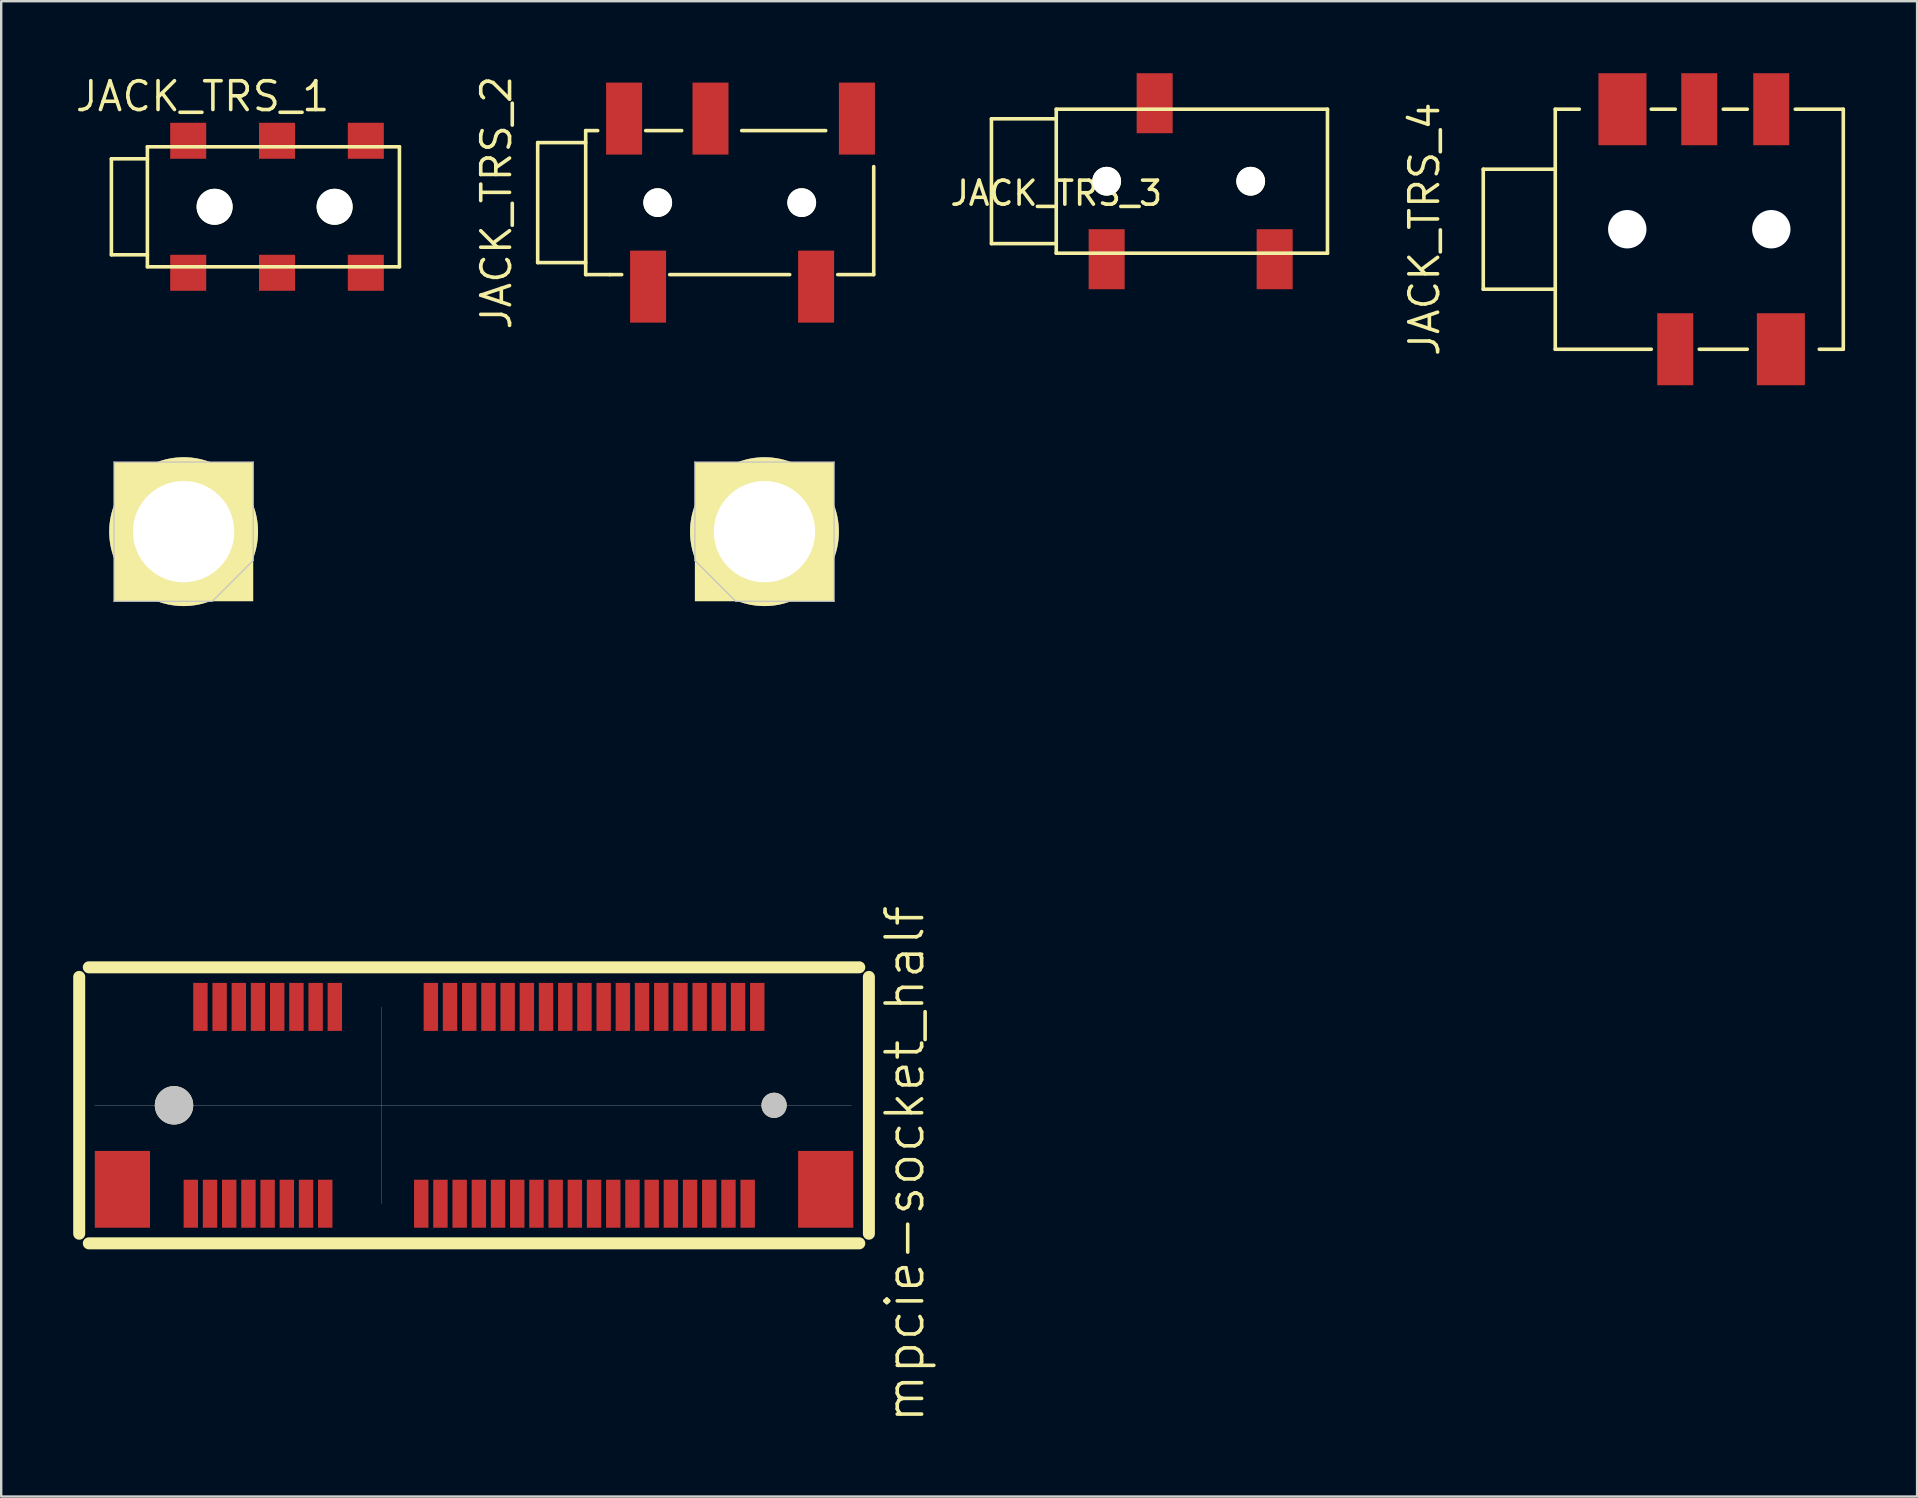
<source format=kicad_pcb>
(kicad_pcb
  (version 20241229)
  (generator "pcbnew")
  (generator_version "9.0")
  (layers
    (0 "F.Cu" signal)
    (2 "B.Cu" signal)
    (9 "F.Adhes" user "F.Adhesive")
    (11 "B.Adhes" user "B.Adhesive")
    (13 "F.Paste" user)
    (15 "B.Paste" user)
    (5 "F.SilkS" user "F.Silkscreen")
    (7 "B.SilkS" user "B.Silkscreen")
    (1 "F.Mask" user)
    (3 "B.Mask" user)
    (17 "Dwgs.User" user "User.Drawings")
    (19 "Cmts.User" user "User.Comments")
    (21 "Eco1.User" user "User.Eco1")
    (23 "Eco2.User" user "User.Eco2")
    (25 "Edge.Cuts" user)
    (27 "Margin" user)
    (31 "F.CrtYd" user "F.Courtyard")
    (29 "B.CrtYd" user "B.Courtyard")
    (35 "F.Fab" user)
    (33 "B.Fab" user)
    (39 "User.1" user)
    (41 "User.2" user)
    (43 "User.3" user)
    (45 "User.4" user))
  (footprint "JACK_TRS_4"
    (layer "F.Cu")
    (at 61.746 6.5)
    (property "Reference" "JACK_TRS_4" (at -5.45 0 90) (layer "F.SilkS") (effects (font (size 1.2 1.2) (thickness 0.15))))
    (attr through_hole)
    (fp_line (start -3 -2.5) (end -3 2.5) (stroke (width 0.15) (type solid)) (layer "F.SilkS"))
    (fp_line (start -3 2.5) (end 0 2.5) (stroke (width 0.15) (type solid)) (layer "F.SilkS"))
    (fp_line (start 0 -5) (end 0 5) (stroke (width 0.15) (type solid)) (layer "F.SilkS"))
    (fp_line (start 0 -2.5) (end -3 -2.5) (stroke (width 0.15) (type solid)) (layer "F.SilkS"))
    (fp_line (start 0 5) (end 4 5) (stroke (width 0.15) (type solid)) (layer "F.SilkS"))
    (fp_line (start 1 -5) (end 0 -5) (stroke (width 0.15) (type solid)) (layer "F.SilkS"))
    (fp_line (start 4 -5) (end 5 -5) (stroke (width 0.15) (type solid)) (layer "F.SilkS"))
    (fp_line (start 6 5) (end 8 5) (stroke (width 0.15) (type solid)) (layer "F.SilkS"))
    (fp_line (start 7 -5) (end 8 -5) (stroke (width 0.15) (type solid)) (layer "F.SilkS"))
    (fp_line (start 11 5) (end 12 5) (stroke (width 0.15) (type solid)) (layer "F.SilkS"))
    (fp_line (start 12 -5) (end 10 -5) (stroke (width 0.15) (type solid)) (layer "F.SilkS"))
    (fp_line (start 12 5) (end 12 -5) (stroke (width 0.15) (type solid)) (layer "F.SilkS"))
    (pad "" np_thru_hole circle (at 3 0) (size 1.6 1.6) (drill 1.6) (layers "*.Cu" "*.Mask"))
    (pad "" np_thru_hole circle (at 9 0) (size 1.6 1.6) (drill 1.6) (layers "*.Cu" "*.Mask"))
    (pad "1" smd rect (at 2.8 -5) (size 2 3) (layers "F.Cu" "F.Mask" "F.Paste"))
    (pad "2" smd rect (at 9.4 5) (size 2 3) (layers "F.Cu" "F.Mask" "F.Paste"))
    (pad "3" smd rect (at 9 -5) (size 1.5 3) (layers "F.Cu" "F.Mask" "F.Paste"))
    (pad "4" smd rect (at 5 5) (size 1.5 3) (layers "F.Cu" "F.Mask" "F.Paste"))
    (pad "5" smd rect (at 6 -5) (size 1.5 3) (layers "F.Cu" "F.Mask" "F.Paste")))
  (footprint "JACK_TRS_3"
    (layer "F.Cu")
    (at 40.956 4.5)
    (property "Reference" "JACK_TRS_3" (at 0 0.5 0) (layer "F.SilkS") (effects (font (size 1 1) (thickness 0.15))))
    (attr through_hole)
    (fp_line (start -2.7 -2.6) (end -2.7 2.6) (stroke (width 0.15) (type solid)) (layer "F.SilkS"))
    (fp_line (start -2.7 2.6) (end 0 2.6) (stroke (width 0.15) (type solid)) (layer "F.SilkS"))
    (fp_line (start 0 -3) (end 11.3 -3) (stroke (width 0.15) (type solid)) (layer "F.SilkS"))
    (fp_line (start 0 -2.6) (end -2.7 -2.6) (stroke (width 0.15) (type solid)) (layer "F.SilkS"))
    (fp_line (start 0 3) (end 0 -3) (stroke (width 0.15) (type solid)) (layer "F.SilkS"))
    (fp_line (start 11.3 -3) (end 11.3 3) (stroke (width 0.15) (type solid)) (layer "F.SilkS"))
    (fp_line (start 11.3 3) (end 0 3) (stroke (width 0.15) (type solid)) (layer "F.SilkS"))
    (pad "" np_thru_hole circle (at 2.1 0) (size 1.2 1.2) (drill 1.2) (layers "*.Cu" "*.Mask" "F.SilkS"))
    (pad "" np_thru_hole circle (at 8.1 0) (size 1.2 1.2) (drill 1.2) (layers "*.Cu" "*.Mask" "F.SilkS"))
    (pad "1" smd rect (at 2.1 3.25) (size 1.5 2.5) (layers "F.Cu" "F.Mask" "F.Paste"))
    (pad "2" smd rect (at 4.1 -3.25) (size 1.5 2.5) (layers "F.Cu" "F.Mask" "F.Paste"))
    (pad "3" smd rect (at 9.1 3.25) (size 1.5 2.5) (layers "F.Cu" "F.Mask" "F.Paste")))
  (footprint "mpcie-socket_half"
    (layer "F.Cu")
    (at 4.2 43)
    (property "Reference" "mpcie-socket_half" (at 30.45 2.45 90) (layer "F.SilkS") (effects (font (size 1.524 1.524) (thickness 0.15))))
    (attr through_hole)
    (fp_line (start -3.95 -5.35) (end -3.95 5.35) (stroke (width 0.5) (type solid)) (layer "F.SilkS"))
    (fp_line (start -3.55 5.75) (end 28.55 5.75) (stroke (width 0.5) (type solid)) (layer "F.SilkS"))
    (fp_line (start 28.55 -5.75) (end -3.55 -5.75) (stroke (width 0.5) (type solid)) (layer "F.SilkS"))
    (fp_line (start 28.95 5.35) (end 28.95 -5.35) (stroke (width 0.5) (type solid)) (layer "F.SilkS"))
    (fp_line (start -3.3 0) (end 28.225 0) (stroke (width 0.01) (type solid)) (layer "Dwgs.User"))
    (fp_line (start -2.5 -26.8) (end -2.5 -21) (stroke (width 0.05) (type solid)) (layer "Dwgs.User"))
    (fp_line (start -2.5 -21) (end 1.6 -21) (stroke (width 0.05) (type solid)) (layer "Dwgs.User"))
    (fp_line (start 3.3 -26.8) (end -2.5 -26.8) (stroke (width 0.05) (type solid)) (layer "Dwgs.User"))
    (fp_line (start 3.3 -22.7) (end 1.6 -21) (stroke (width 0.05) (type solid)) (layer "Dwgs.User"))
    (fp_line (start 3.3 -22.7) (end 3.3 -26.8) (stroke (width 0.05) (type solid)) (layer "Dwgs.User"))
    (fp_line (start 8.65 4.1) (end 8.65 -4.1) (stroke (width 0.01) (type solid)) (layer "Dwgs.User"))
    (fp_line (start 21.7 -26.8) (end 27.5 -26.8) (stroke (width 0.05) (type solid)) (layer "Dwgs.User"))
    (fp_line (start 21.7 -22.7) (end 21.7 -26.8) (stroke (width 0.05) (type solid)) (layer "Dwgs.User"))
    (fp_line (start 21.7 -22.7) (end 23.4 -21) (stroke (width 0.05) (type solid)) (layer "Dwgs.User"))
    (fp_line (start 27.5 -26.8) (end 27.5 -21) (stroke (width 0.05) (type solid)) (layer "Dwgs.User"))
    (fp_line (start 27.5 -21) (end 23.4 -21) (stroke (width 0.05) (type solid)) (layer "Dwgs.User"))
    (pad "" smd rect (at -2.15 3.5) (size 2.3 3.2) (layers "F.Cu" "F.Mask" "F.Paste"))
    (pad "" connect circle (at 0 0) (size 1.6 1.6) (layers "F.SilkS" "Dwgs.User"))
    (pad "" connect rect (at 0.4 -23.9) (size 5.8 5.8) (layers "F.SilkS"))
    (pad "" thru_hole circle (at 0.4 -23.9) (size 6.2 6.2) (drill 4.22) (layers "*.Cu" "*.Mask" "F.SilkS"))
    (pad "" connect rect (at 24.6 -23.9) (size 5.8 5.8) (layers "F.SilkS"))
    (pad "" thru_hole circle (at 24.6 -23.9) (size 6.2 6.2) (drill 4.22) (layers "*.Cu" "*.Mask" "F.SilkS"))
    (pad "" connect circle (at 25 0) (size 1.05 1.05) (layers "F.SilkS" "Dwgs.User"))
    (pad "" smd rect (at 27.15 3.5) (size 2.3 3.2) (layers "F.Cu" "F.Mask" "F.Paste"))
    (pad "1" smd rect (at 0.7 4.1) (size 0.6 2) (layers "F.Cu" "F.Mask" "F.Paste"))
    (pad "2" smd rect (at 1.1 -4.1) (size 0.6 2) (layers "F.Cu" "F.Mask" "F.Paste"))
    (pad "3" smd rect (at 1.5 4.1) (size 0.6 2) (layers "F.Cu" "F.Mask" "F.Paste"))
    (pad "4" smd rect (at 1.9 -4.1) (size 0.6 2) (layers "F.Cu" "F.Mask" "F.Paste"))
    (pad "5" smd rect (at 2.3 4.1) (size 0.6 2) (layers "F.Cu" "F.Mask" "F.Paste"))
    (pad "6" smd rect (at 2.7 -4.1) (size 0.6 2) (layers "F.Cu" "F.Mask" "F.Paste"))
    (pad "7" smd rect (at 3.1 4.1) (size 0.6 2) (layers "F.Cu" "F.Mask" "F.Paste"))
    (pad "8" smd rect (at 3.5 -4.1) (size 0.6 2) (layers "F.Cu" "F.Mask" "F.Paste"))
    (pad "9" smd rect (at 3.9 4.1) (size 0.6 2) (layers "F.Cu" "F.Mask" "F.Paste"))
    (pad "10" smd rect (at 4.3 -4.1) (size 0.6 2) (layers "F.Cu" "F.Mask" "F.Paste"))
    (pad "11" smd rect (at 4.7 4.1) (size 0.6 2) (layers "F.Cu" "F.Mask" "F.Paste"))
    (pad "12" smd rect (at 5.1 -4.1) (size 0.6 2) (layers "F.Cu" "F.Mask" "F.Paste"))
    (pad "13" smd rect (at 5.5 4.1) (size 0.6 2) (layers "F.Cu" "F.Mask" "F.Paste"))
    (pad "14" smd rect (at 5.9 -4.1) (size 0.6 2) (layers "F.Cu" "F.Mask" "F.Paste"))
    (pad "15" smd rect (at 6.3 4.1) (size 0.6 2) (layers "F.Cu" "F.Mask" "F.Paste"))
    (pad "16" smd rect (at 6.7 -4.1) (size 0.6 2) (layers "F.Cu" "F.Mask" "F.Paste"))
    (pad "17" smd rect (at 10.3 4.1) (size 0.6 2) (layers "F.Cu" "F.Mask" "F.Paste"))
    (pad "18" smd rect (at 10.7 -4.1) (size 0.6 2) (layers "F.Cu" "F.Mask" "F.Paste"))
    (pad "19" smd rect (at 11.1 4.1) (size 0.6 2) (layers "F.Cu" "F.Mask" "F.Paste"))
    (pad "20" smd rect (at 11.5 -4.1) (size 0.6 2) (layers "F.Cu" "F.Mask" "F.Paste"))
    (pad "21" smd rect (at 11.9 4.1) (size 0.6 2) (layers "F.Cu" "F.Mask" "F.Paste"))
    (pad "22" smd rect (at 12.3 -4.1) (size 0.6 2) (layers "F.Cu" "F.Mask" "F.Paste"))
    (pad "23" smd rect (at 12.7 4.1) (size 0.6 2) (layers "F.Cu" "F.Mask" "F.Paste"))
    (pad "24" smd rect (at 13.1 -4.1) (size 0.6 2) (layers "F.Cu" "F.Mask" "F.Paste"))
    (pad "25" smd rect (at 13.5 4.1) (size 0.6 2) (layers "F.Cu" "F.Mask" "F.Paste"))
    (pad "26" smd rect (at 13.9 -4.1) (size 0.6 2) (layers "F.Cu" "F.Mask" "F.Paste"))
    (pad "27" smd rect (at 14.3 4.1) (size 0.6 2) (layers "F.Cu" "F.Mask" "F.Paste"))
    (pad "28" smd rect (at 14.7 -4.1) (size 0.6 2) (layers "F.Cu" "F.Mask" "F.Paste"))
    (pad "29" smd rect (at 15.1 4.1) (size 0.6 2) (layers "F.Cu" "F.Mask" "F.Paste"))
    (pad "30" smd rect (at 15.5 -4.1) (size 0.6 2) (layers "F.Cu" "F.Mask" "F.Paste"))
    (pad "31" smd rect (at 15.9 4.1) (size 0.6 2) (layers "F.Cu" "F.Mask" "F.Paste"))
    (pad "32" smd rect (at 16.3 -4.1) (size 0.6 2) (layers "F.Cu" "F.Mask" "F.Paste"))
    (pad "33" smd rect (at 16.7 4.1) (size 0.6 2) (layers "F.Cu" "F.Mask" "F.Paste"))
    (pad "34" smd rect (at 17.1 -4.1) (size 0.6 2) (layers "F.Cu" "F.Mask" "F.Paste"))
    (pad "35" smd rect (at 17.5 4.1) (size 0.6 2) (layers "F.Cu" "F.Mask" "F.Paste"))
    (pad "36" smd rect (at 17.9 -4.1) (size 0.6 2) (layers "F.Cu" "F.Mask" "F.Paste"))
    (pad "37" smd rect (at 18.3 4.1) (size 0.6 2) (layers "F.Cu" "F.Mask" "F.Paste"))
    (pad "38" smd rect (at 18.7 -4.1) (size 0.6 2) (layers "F.Cu" "F.Mask" "F.Paste"))
    (pad "39" smd rect (at 19.1 4.1) (size 0.6 2) (layers "F.Cu" "F.Mask" "F.Paste"))
    (pad "40" smd rect (at 19.5 -4.1) (size 0.6 2) (layers "F.Cu" "F.Mask" "F.Paste"))
    (pad "41" smd rect (at 19.9 4.1) (size 0.6 2) (layers "F.Cu" "F.Mask" "F.Paste"))
    (pad "42" smd rect (at 20.3 -4.1) (size 0.6 2) (layers "F.Cu" "F.Mask" "F.Paste"))
    (pad "43" smd rect (at 20.7 4.1) (size 0.6 2) (layers "F.Cu" "F.Mask" "F.Paste"))
    (pad "44" smd rect (at 21.1 -4.1) (size 0.6 2) (layers "F.Cu" "F.Mask" "F.Paste"))
    (pad "45" smd rect (at 21.5 4.1) (size 0.6 2) (layers "F.Cu" "F.Mask" "F.Paste"))
    (pad "46" smd rect (at 21.9 -4.1) (size 0.6 2) (layers "F.Cu" "F.Mask" "F.Paste"))
    (pad "47" smd rect (at 22.3 4.1) (size 0.6 2) (layers "F.Cu" "F.Mask" "F.Paste"))
    (pad "48" smd rect (at 22.7 -4.1) (size 0.6 2) (layers "F.Cu" "F.Mask" "F.Paste"))
    (pad "49" smd rect (at 23.1 4.1) (size 0.6 2) (layers "F.Cu" "F.Mask" "F.Paste"))
    (pad "50" smd rect (at 23.5 -4.1) (size 0.6 2) (layers "F.Cu" "F.Mask" "F.Paste"))
    (pad "51" smd rect (at 23.9 4.1) (size 0.6 2) (layers "F.Cu" "F.Mask" "F.Paste"))
    (pad "52" smd rect (at 24.3 -4.1) (size 0.6 2) (layers "F.Cu" "F.Mask" "F.Paste")))
  (footprint "JACK_TRS_1"
    (layer "F.Cu")
    (at 3.091 5.565)
    (property "Reference" "JACK_TRS_1" (at 2.3 -4.6 180) (layer "F.SilkS") (effects (font (size 1.2 1.2) (thickness 0.15))))
    (attr through_hole)
    (fp_line (start -1.5 -2) (end -1.5 2) (stroke (width 0.15) (type solid)) (layer "F.SilkS"))
    (fp_line (start -1.5 2) (end 0 2) (stroke (width 0.15) (type solid)) (layer "F.SilkS"))
    (fp_line (start 0 -2.5) (end 0 2.5) (stroke (width 0.15) (type solid)) (layer "F.SilkS"))
    (fp_line (start 0 -2) (end -1.5 -2) (stroke (width 0.15) (type solid)) (layer "F.SilkS"))
    (fp_line (start 0 2.5) (end 10.5 2.5) (stroke (width 0.15) (type solid)) (layer "F.SilkS"))
    (fp_line (start 10.5 -2.5) (end 0 -2.5) (stroke (width 0.15) (type solid)) (layer "F.SilkS"))
    (fp_line (start 10.5 2.5) (end 10.5 -2.5) (stroke (width 0.15) (type solid)) (layer "F.SilkS"))
    (pad "" np_thru_hole circle (at 2.8 0) (size 1.5 1.5) (drill 1.5) (layers "*.Cu" "*.Mask" "F.SilkS"))
    (pad "" np_thru_hole circle (at 7.8 0) (size 1.5 1.5) (drill 1.5) (layers "*.Cu" "*.Mask" "F.SilkS"))
    (pad "1" smd rect (at 1.7 2.75) (size 1.5 1.5) (layers "F.Cu" "F.Mask" "F.Paste"))
    (pad "2" smd rect (at 5.4 2.75) (size 1.5 1.5) (layers "F.Cu" "F.Mask" "F.Paste"))
    (pad "3" smd rect (at 9.1 2.75) (size 1.5 1.5) (layers "F.Cu" "F.Mask" "F.Paste"))
    (pad "4" smd rect (at 9.1 -2.75) (size 1.5 1.5) (layers "F.Cu" "F.Mask" "F.Paste"))
    (pad "5" smd rect (at 5.4 -2.75) (size 1.5 1.5) (layers "F.Cu" "F.Mask" "F.Paste"))
    (pad "6" smd rect (at 1.7 -2.75) (size 1.5 1.5) (layers "F.Cu" "F.Mask" "F.Paste")))
  (footprint "JACK_TRS_2"
    (layer "F.Cu")
    (at 21.351 5.391)
    (property "Reference" "JACK_TRS_2" (at -3.72 0 90) (layer "F.SilkS") (effects (font (size 1.2 1.2) (thickness 0.15))))
    (attr through_hole)
    (fp_line (start -2 -2.5) (end -2 2.5) (stroke (width 0.15) (type solid)) (layer "F.SilkS"))
    (fp_line (start -2 2.5) (end 0 2.5) (stroke (width 0.15) (type solid)) (layer "F.SilkS"))
    (fp_line (start 0 -3) (end 0 3) (stroke (width 0.15) (type solid)) (layer "F.SilkS"))
    (fp_line (start 0 -2.5) (end -2 -2.5) (stroke (width 0.15) (type solid)) (layer "F.SilkS"))
    (fp_line (start 0 3) (end 1 3) (stroke (width 0.15) (type solid)) (layer "F.SilkS"))
    (fp_line (start 0.5 -3) (end 0 -3) (stroke (width 0.15) (type solid)) (layer "F.SilkS"))
    (fp_line (start 1 3) (end 1.5 3) (stroke (width 0.15) (type solid)) (layer "F.SilkS"))
    (fp_line (start 3.5 3) (end 8.5 3) (stroke (width 0.15) (type solid)) (layer "F.SilkS"))
    (fp_line (start 4 -3) (end 2.5 -3) (stroke (width 0.15) (type solid)) (layer "F.SilkS"))
    (fp_line (start 10 -3) (end 6.5 -3) (stroke (width 0.15) (type solid)) (layer "F.SilkS"))
    (fp_line (start 10.5 3) (end 12 3) (stroke (width 0.15) (type solid)) (layer "F.SilkS"))
    (fp_line (start 12 3) (end 12 -1.5) (stroke (width 0.15) (type solid)) (layer "F.SilkS"))
    (pad "" np_thru_hole circle (at 3 0) (size 1.2 1.2) (drill 1.2) (layers "*.Cu" "*.Mask" "F.SilkS"))
    (pad "" np_thru_hole circle (at 9 0) (size 1.2 1.2) (drill 1.2) (layers "*.Cu" "*.Mask" "F.SilkS"))
    (pad "2" smd rect (at 9.6 3.5) (size 1.5 3) (layers "F.Cu" "F.Mask" "F.Paste"))
    (pad "3" smd rect (at 2.6 3.5) (size 1.5 3) (layers "F.Cu" "F.Mask" "F.Paste"))
    (pad "4" smd rect (at 1.6 -3.5) (size 1.5 3) (layers "F.Cu" "F.Mask" "F.Paste"))
    (pad "5" smd rect (at 5.2 -3.5) (size 1.5 3) (layers "F.Cu" "F.Mask" "F.Paste"))
    (pad "6" smd rect (at 11.3 -3.5) (size 1.5 3) (layers "F.Cu" "F.Mask" "F.Paste")))
  (gr_rect
    (start -3 -3)
    (end 76.821 59.299)
    (stroke (width 0.1) (type default))
    (fill no)
    (layer "Edge.Cuts")))
</source>
